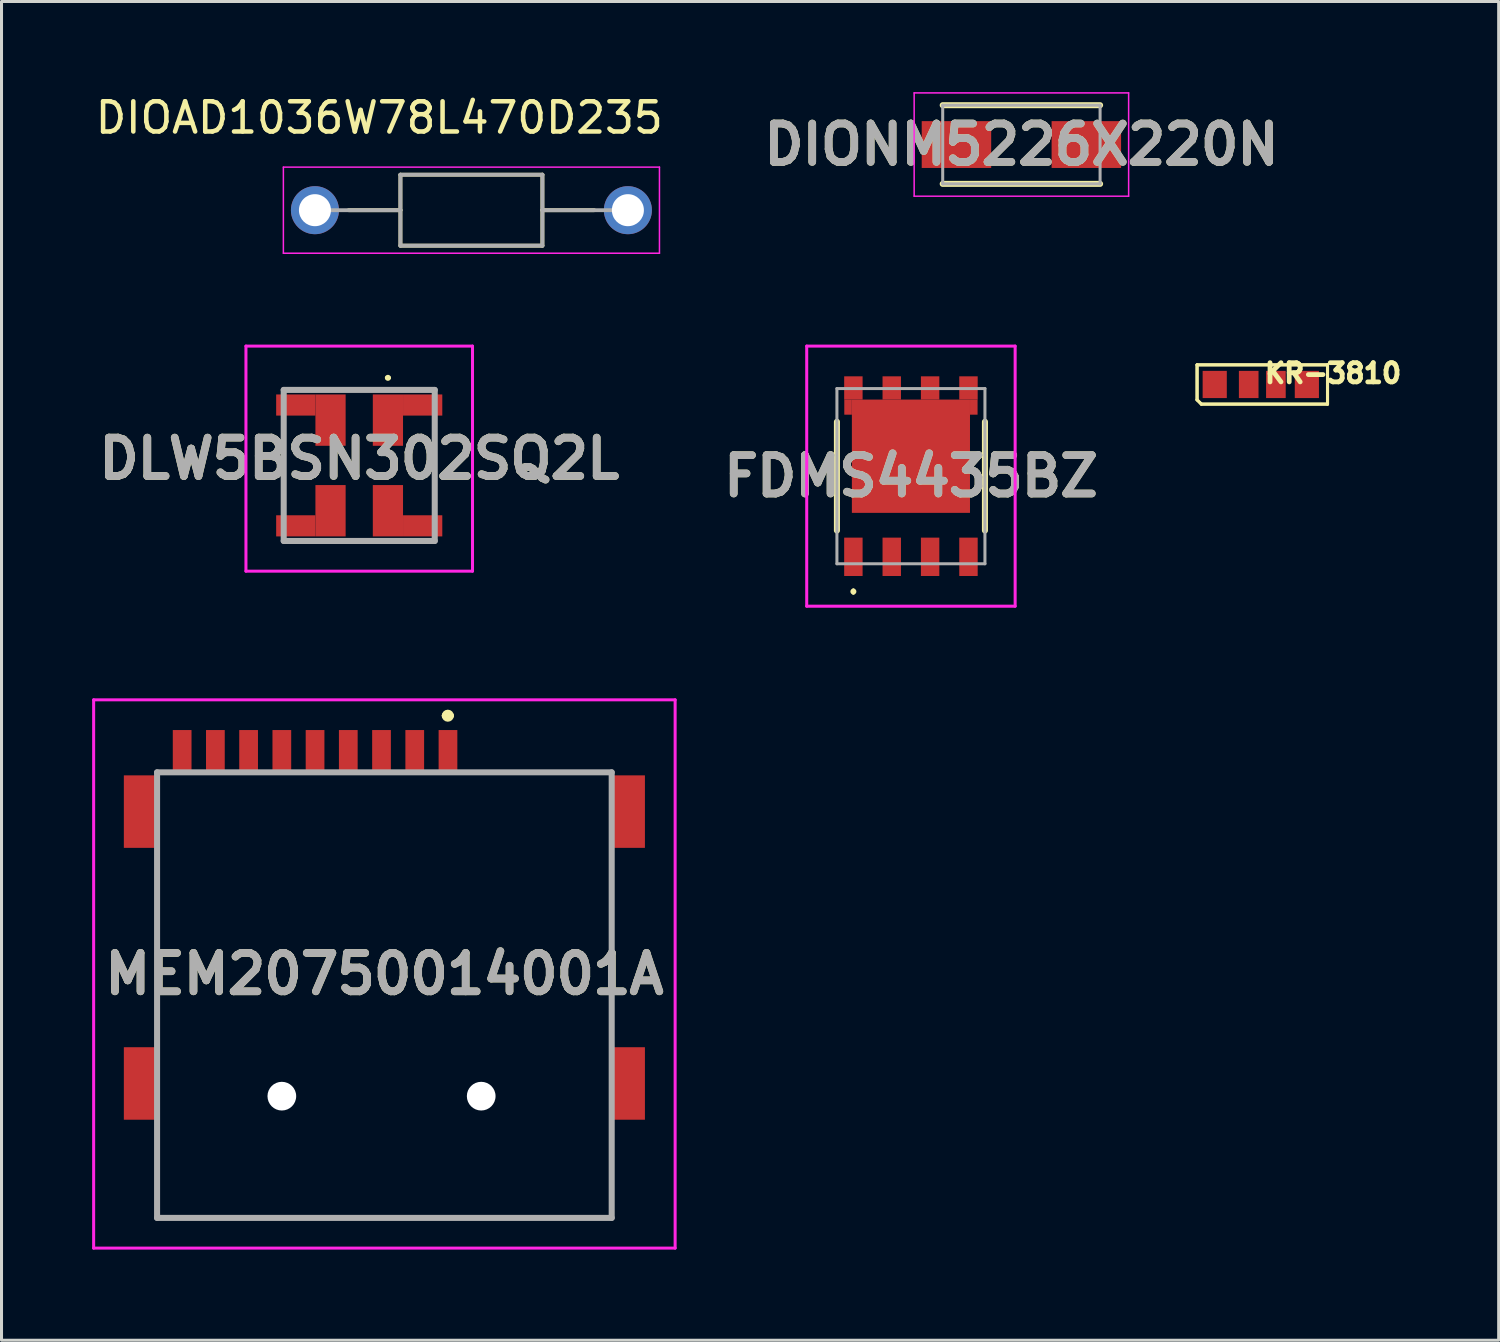
<source format=kicad_pcb>
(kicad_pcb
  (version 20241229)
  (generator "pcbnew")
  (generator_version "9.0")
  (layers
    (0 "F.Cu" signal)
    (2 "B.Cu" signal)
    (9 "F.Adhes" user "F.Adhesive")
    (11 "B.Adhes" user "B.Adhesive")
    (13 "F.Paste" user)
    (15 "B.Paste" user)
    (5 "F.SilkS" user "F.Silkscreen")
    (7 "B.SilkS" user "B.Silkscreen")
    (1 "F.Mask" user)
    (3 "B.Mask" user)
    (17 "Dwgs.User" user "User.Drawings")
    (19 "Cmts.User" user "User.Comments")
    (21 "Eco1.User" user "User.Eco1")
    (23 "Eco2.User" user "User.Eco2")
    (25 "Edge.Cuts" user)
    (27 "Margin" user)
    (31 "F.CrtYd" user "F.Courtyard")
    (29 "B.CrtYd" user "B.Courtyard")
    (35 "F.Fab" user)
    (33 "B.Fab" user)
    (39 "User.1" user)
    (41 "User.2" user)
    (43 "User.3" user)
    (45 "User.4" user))
  (footprint "MEM20750014001A"
    (layer "F.Cu")
    (at 9.675 29.543)
    (property "Reference" "MEM20750014001A" (at 0 -0.35 0) (layer "F.SilkS") (effects (font (size 1.27 1.27) (thickness 0.254))))
    (attr through_hole)
    (fp_line (start -7.525 -4.025) (end -7.525 1.4) (stroke (width 0.1) (type solid)) (layer "F.SilkS"))
    (fp_line (start -7.525 4.975) (end -7.525 7.725) (stroke (width 0.1) (type solid)) (layer "F.SilkS"))
    (fp_line (start -7.525 7.725) (end 7.525 7.725) (stroke (width 0.1) (type solid)) (layer "F.SilkS"))
    (fp_line (start 2 -8.9) (end 2 -8.9) (stroke (width 0.2) (type solid)) (layer "F.SilkS"))
    (fp_line (start 2.2 -8.9) (end 2.2 -8.9) (stroke (width 0.2) (type solid)) (layer "F.SilkS"))
    (fp_line (start 2.8 -7.025) (end 7 -7.025) (stroke (width 0.1) (type solid)) (layer "F.SilkS"))
    (fp_line (start 7.525 -4.025) (end 7.525 1.4) (stroke (width 0.1) (type solid)) (layer "F.SilkS"))
    (fp_line (start 7.525 7.725) (end 7.525 4.975) (stroke (width 0.1) (type solid)) (layer "F.SilkS"))
    (fp_arc (start 2 -8.9) (mid 2.1 -9) (end 2.2 -8.9) (stroke (width 0.2) (type solid)) (layer "F.SilkS"))
    (fp_arc (start 2.2 -8.9) (mid 2.1 -8.8) (end 2 -8.9) (stroke (width 0.2) (type solid)) (layer "F.SilkS"))
    (fp_line (start -9.625 -9.425) (end 9.625 -9.425) (stroke (width 0.1) (type solid)) (layer "F.CrtYd"))
    (fp_line (start -9.625 8.725) (end -9.625 -9.425) (stroke (width 0.1) (type solid)) (layer "F.CrtYd"))
    (fp_line (start 9.625 -9.425) (end 9.625 8.725) (stroke (width 0.1) (type solid)) (layer "F.CrtYd"))
    (fp_line (start 9.625 8.725) (end -9.625 8.725) (stroke (width 0.1) (type solid)) (layer "F.CrtYd"))
    (fp_line (start -7.525 -7.025) (end 7.525 -7.025) (stroke (width 0.2) (type solid)) (layer "F.Fab"))
    (fp_line (start -7.525 7.725) (end -7.525 -7.025) (stroke (width 0.2) (type solid)) (layer "F.Fab"))
    (fp_line (start 7.525 -7.025) (end 7.525 7.725) (stroke (width 0.2) (type solid)) (layer "F.Fab"))
    (fp_line (start 7.525 7.725) (end -7.525 7.725) (stroke (width 0.2) (type solid)) (layer "F.Fab"))
    (fp_text user "${REFERENCE}" (at 0 -0.35 0) (layer "F.Fab") (effects (font (size 1.27 1.27) (thickness 0.254))))
    (pad "" np_thru_hole circle (at -3.395 3.695) (size 0.95 0.95) (drill 0.95) (layers "*.Cu" "*.Mask"))
    (pad "" np_thru_hole circle (at 3.205 3.695) (size 0.95 0.95) (drill 0.95) (layers "*.Cu" "*.Mask"))
    (pad "MP1" smd rect (at -8.075 -5.725) (size 1.1 2.4) (layers "F.Cu" "F.Mask" "F.Paste"))
    (pad "MP2" smd rect (at -8.075 3.275) (size 1.1 2.4) (layers "F.Cu" "F.Mask" "F.Paste"))
    (pad "MP3" smd rect (at 8.075 3.275) (size 1.1 2.4) (layers "F.Cu" "F.Mask" "F.Paste"))
    (pad "MP4" smd rect (at 8.075 -5.725) (size 1.1 2.4) (layers "F.Cu" "F.Mask" "F.Paste"))
    (pad "P1" smd rect (at 2.105 -7.725) (size 0.62 1.4) (layers "F.Cu" "F.Mask" "F.Paste"))
    (pad "P2" smd rect (at 1.005 -7.725) (size 0.62 1.4) (layers "F.Cu" "F.Mask" "F.Paste"))
    (pad "P3" smd rect (at -0.095 -7.725) (size 0.62 1.4) (layers "F.Cu" "F.Mask" "F.Paste"))
    (pad "P4" smd rect (at -1.195 -7.725) (size 0.62 1.4) (layers "F.Cu" "F.Mask" "F.Paste"))
    (pad "P5" smd rect (at -2.295 -7.725) (size 0.62 1.4) (layers "F.Cu" "F.Mask" "F.Paste"))
    (pad "P6" smd rect (at -3.395 -7.725) (size 0.62 1.4) (layers "F.Cu" "F.Mask" "F.Paste"))
    (pad "P7" smd rect (at -4.495 -7.725) (size 0.62 1.4) (layers "F.Cu" "F.Mask" "F.Paste"))
    (pad "P8" smd rect (at -5.595 -7.725) (size 0.62 1.4) (layers "F.Cu" "F.Mask" "F.Paste"))
    (pad "P9" smd rect (at -6.695 -7.725) (size 0.62 1.4) (layers "F.Cu" "F.Mask" "F.Paste")))
  (footprint "FDMS4435BZ"
    (layer "F.Cu")
    (at 27.106 12.713)
    (property "Reference" "FDMS4435BZ" (at 0 0 0) (layer "F.SilkS") (effects (font (size 1.27 1.27) (thickness 0.254))))
    (attr smd)
    (fp_line (start -2.45 -1.8) (end -2.45 1.8) (stroke (width 0.2) (type solid)) (layer "F.SilkS"))
    (fp_line (start -1.905 3.77) (end -1.905 3.77) (stroke (width 0.1) (type solid)) (layer "F.SilkS"))
    (fp_line (start -1.905 3.87) (end -1.905 3.87) (stroke (width 0.1) (type solid)) (layer "F.SilkS"))
    (fp_line (start 2.45 -1.8) (end 2.45 1.8) (stroke (width 0.2) (type solid)) (layer "F.SilkS"))
    (fp_arc (start -1.905 3.77) (mid -1.855 3.82) (end -1.905 3.87) (stroke (width 0.1) (type solid)) (layer "F.SilkS"))
    (fp_arc (start -1.905 3.87) (mid -1.955 3.82) (end -1.905 3.77) (stroke (width 0.1) (type solid)) (layer "F.SilkS"))
    (fp_line (start -3.45 -4.305) (end 3.45 -4.305) (stroke (width 0.1) (type solid)) (layer "F.CrtYd"))
    (fp_line (start -3.45 4.305) (end -3.45 -4.305) (stroke (width 0.1) (type solid)) (layer "F.CrtYd"))
    (fp_line (start 3.45 -4.305) (end 3.45 4.305) (stroke (width 0.1) (type solid)) (layer "F.CrtYd"))
    (fp_line (start 3.45 4.305) (end -3.45 4.305) (stroke (width 0.1) (type solid)) (layer "F.CrtYd"))
    (fp_line (start -2.45 -2.9) (end 2.45 -2.9) (stroke (width 0.1) (type solid)) (layer "F.Fab"))
    (fp_line (start -2.45 2.9) (end -2.45 -2.9) (stroke (width 0.1) (type solid)) (layer "F.Fab"))
    (fp_line (start 2.45 -2.9) (end 2.45 2.9) (stroke (width 0.1) (type solid)) (layer "F.Fab"))
    (fp_line (start 2.45 2.9) (end -2.45 2.9) (stroke (width 0.1) (type solid)) (layer "F.Fab"))
    (fp_text user "${REFERENCE}" (at 0 0 0) (layer "F.Fab") (effects (font (size 1.27 1.27) (thickness 0.254))))
    (pad "1" smd rect (at -1.905 2.67) (size 0.61 1.27) (layers "F.Cu" "F.Mask" "F.Paste"))
    (pad "2" smd rect (at -0.635 2.67) (size 0.61 1.27) (layers "F.Cu" "F.Mask" "F.Paste"))
    (pad "3" smd rect (at 0.635 2.67) (size 0.61 1.27) (layers "F.Cu" "F.Mask" "F.Paste"))
    (pad "4" smd rect (at 1.905 2.67) (size 0.61 1.27) (layers "F.Cu" "F.Mask" "F.Paste"))
    (pad "5" smd rect (at 1.905 -2.92) (size 0.61 0.77) (layers "F.Cu" "F.Mask" "F.Paste"))
    (pad "6" smd rect (at 0.635 -2.92) (size 0.61 0.77) (layers "F.Cu" "F.Mask" "F.Paste"))
    (pad "7" smd rect (at -0.635 -2.92) (size 0.61 0.77) (layers "F.Cu" "F.Mask" "F.Paste"))
    (pad "8" smd rect (at -1.905 -2.92) (size 0.61 0.77) (layers "F.Cu" "F.Mask" "F.Paste"))
    (pad "9" smd rect (at 0 -0.66 90) (size 3.75 3.91) (layers "F.Cu" "F.Mask" "F.Paste"))
    (pad "10" smd rect (at -2.081 -2.285) (size 0.25 0.5) (layers "F.Cu" "F.Mask" "F.Paste"))
    (pad "11" smd rect (at 2.081 -2.285) (size 0.25 0.5) (layers "F.Cu" "F.Mask" "F.Paste")))
  (footprint "KR-3810"
    (layer "F.Cu")
    (at 38.738 9.678)
    (property "Reference" "KR-3810" (at 0 0 0) (unlocked yes) (layer "F.SilkS") (effects (font (size 0.635 0.635) (thickness 0.254)) (justify left bottom)))
    (fp_line (start -2.159 -0.65) (end 2.159 -0.65) (stroke (width 0.1) (type solid)) (layer "F.SilkS"))
    (fp_line (start -2.159 -0.65) (end 2.159 -0.65) (stroke (width 0.102) (type solid)) (layer "F.SilkS"))
    (fp_line (start -2.159 0.508) (end -2.159 -0.65) (stroke (width 0.1) (type solid)) (layer "F.SilkS"))
    (fp_line (start -2.159 0.508) (end -2.159 -0.65) (stroke (width 0.102) (type solid)) (layer "F.SilkS"))
    (fp_line (start -2.159 0.508) (end -2.017 0.65) (stroke (width 0.1) (type solid)) (layer "F.SilkS"))
    (fp_line (start -2.159 0.508) (end -2.017 0.65) (stroke (width 0.102) (type solid)) (layer "F.SilkS"))
    (fp_line (start -2.017 0.65) (end 2.159 0.65) (stroke (width 0.1) (type solid)) (layer "F.SilkS"))
    (fp_line (start -2.017 0.65) (end 2.159 0.65) (stroke (width 0.102) (type solid)) (layer "F.SilkS"))
    (fp_line (start 2.159 0.65) (end 2.159 -0.65) (stroke (width 0.1) (type solid)) (layer "F.SilkS"))
    (fp_line (start 2.159 0.65) (end 2.159 -0.65) (stroke (width 0.102) (type solid)) (layer "F.SilkS"))
    (fp_line (start -1.27 0) (end 1.27 0) (stroke (width 0.1) (type solid)) (layer "Eco1.User"))
    (fp_line (start 0 1.27) (end 0 -1.27) (stroke (width 0.1) (type solid)) (layer "Eco1.User"))
    (pad "1" smd rect (at -1.575 0 90) (size 0.9 0.8) (layers "F.Cu" "F.Paste"))
    (pad "2" smd rect (at -0.45 0 90) (size 0.9 0.65) (layers "F.Cu" "F.Paste"))
    (pad "3" smd rect (at 0.45 0 90) (size 0.9 0.65) (layers "F.Cu" "F.Paste"))
    (pad "4" smd rect (at 1.475 0 90) (size 0.9 0.8) (layers "F.Cu" "F.Paste")))
  (footprint "DLW5BSN302SQ2L"
    (layer "F.Cu")
    (at 8.842 12.133)
    (property "Reference" "DLW5BSN302SQ2L" (at 0 0 0) (layer "F.SilkS") (effects (font (size 1.27 1.27) (thickness 0.254))))
    (attr smd)
    (fp_line (start -2.5 -2.275) (end 2.5 -2.275) (stroke (width 0.1) (type solid)) (layer "F.SilkS"))
    (fp_line (start -2.5 -1.275) (end -2.5 1.725) (stroke (width 0.1) (type solid)) (layer "F.SilkS"))
    (fp_line (start -2.5 2.725) (end 2.5 2.725) (stroke (width 0.1) (type solid)) (layer "F.SilkS"))
    (fp_line (start 0.9 -2.675) (end 0.9 -2.675) (stroke (width 0.1) (type solid)) (layer "F.SilkS"))
    (fp_line (start 1 -2.675) (end 1 -2.675) (stroke (width 0.1) (type solid)) (layer "F.SilkS"))
    (fp_line (start 2.5 -1.275) (end 2.5 1.725) (stroke (width 0.1) (type solid)) (layer "F.SilkS"))
    (fp_arc (start 0.9 -2.675) (mid 0.95 -2.725) (end 1 -2.675) (stroke (width 0.1) (type solid)) (layer "F.SilkS"))
    (fp_arc (start 1 -2.675) (mid 0.95 -2.625) (end 0.9 -2.675) (stroke (width 0.1) (type solid)) (layer "F.SilkS"))
    (fp_line (start -3.75 -3.725) (end 3.75 -3.725) (stroke (width 0.1) (type solid)) (layer "F.CrtYd"))
    (fp_line (start -3.75 3.725) (end -3.75 -3.725) (stroke (width 0.1) (type solid)) (layer "F.CrtYd"))
    (fp_line (start 3.75 -3.725) (end 3.75 3.725) (stroke (width 0.1) (type solid)) (layer "F.CrtYd"))
    (fp_line (start 3.75 3.725) (end -3.75 3.725) (stroke (width 0.1) (type solid)) (layer "F.CrtYd"))
    (fp_line (start -2.5 -2.275) (end 2.5 -2.275) (stroke (width 0.2) (type solid)) (layer "F.Fab"))
    (fp_line (start -2.5 2.725) (end -2.5 -2.275) (stroke (width 0.2) (type solid)) (layer "F.Fab"))
    (fp_line (start 2.5 -2.275) (end 2.5 2.725) (stroke (width 0.2) (type solid)) (layer "F.Fab"))
    (fp_line (start 2.5 2.725) (end -2.5 2.725) (stroke (width 0.2) (type solid)) (layer "F.Fab"))
    (fp_text user "${REFERENCE}" (at 0 0 0) (layer "F.Fab") (effects (font (size 1.27 1.27) (thickness 0.254))))
    (pad "1" smd rect (at 0.95 -1.275) (size 1 1.7) (layers "F.Cu" "F.Mask" "F.Paste"))
    (pad "2" smd rect (at -0.95 -1.275) (size 1 1.7) (layers "F.Cu" "F.Mask" "F.Paste"))
    (pad "3" smd rect (at -0.95 1.725) (size 1 1.7) (layers "F.Cu" "F.Mask" "F.Paste"))
    (pad "4" smd rect (at 0.95 1.725) (size 1 1.7) (layers "F.Cu" "F.Mask" "F.Paste"))
    (pad "5" smd rect (at 2.1 -1.775 90) (size 0.7 1.3) (layers "F.Cu" "F.Mask" "F.Paste"))
    (pad "6" smd rect (at -2.1 -1.775 90) (size 0.7 1.3) (layers "F.Cu" "F.Mask" "F.Paste"))
    (pad "7" smd rect (at -2.1 2.225 90) (size 0.7 1.3) (layers "F.Cu" "F.Mask" "F.Paste"))
    (pad "8" smd rect (at 2.1 2.225 90) (size 0.7 1.3) (layers "F.Cu" "F.Mask" "F.Paste")))
  (footprint "DIONM5226X220N"
    (layer "F.Cu")
    (at 30.763 1.735)
    (property "Reference" "DIONM5226X220N" (at 0 0 0) (layer "F.SilkS") (effects (font (size 1.27 1.27) (thickness 0.254))))
    (attr smd)
    (fp_line (start -2.605 1.302) (end 2.605 1.302) (stroke (width 0.2) (type solid)) (layer "F.SilkS"))
    (fp_line (start 2.605 -1.302) (end -2.605 -1.302) (stroke (width 0.2) (type solid)) (layer "F.SilkS"))
    (fp_line (start -3.55 -1.71) (end 3.55 -1.71) (stroke (width 0.05) (type solid)) (layer "F.CrtYd"))
    (fp_line (start -3.55 1.71) (end -3.55 -1.71) (stroke (width 0.05) (type solid)) (layer "F.CrtYd"))
    (fp_line (start 3.55 -1.71) (end 3.55 1.71) (stroke (width 0.05) (type solid)) (layer "F.CrtYd"))
    (fp_line (start 3.55 1.71) (end -3.55 1.71) (stroke (width 0.05) (type solid)) (layer "F.CrtYd"))
    (fp_line (start -2.605 -1.302) (end 2.605 -1.302) (stroke (width 0.1) (type solid)) (layer "F.Fab"))
    (fp_line (start -2.605 1.302) (end -2.605 -1.302) (stroke (width 0.1) (type solid)) (layer "F.Fab"))
    (fp_line (start 2.605 -1.302) (end 2.605 1.302) (stroke (width 0.1) (type solid)) (layer "F.Fab"))
    (fp_line (start 2.605 1.302) (end -2.605 1.302) (stroke (width 0.1) (type solid)) (layer "F.Fab"))
    (fp_text user "${REFERENCE}" (at 0 0 0) (layer "F.Fab") (effects (font (size 1.27 1.27) (thickness 0.254))))
    (pad "1" smd rect (at -2.15 0 90) (size 1.55 2.3) (layers "F.Cu" "F.Mask" "F.Paste"))
    (pad "2" smd rect (at 2.15 0 90) (size 1.55 2.3) (layers "F.Cu" "F.Mask" "F.Paste")))
  (footprint "DIOAD1036W78L470D235"
    (layer "F.Cu")
    (at 12.556 3.908)
    (property "Reference" "DIOAD1036W78L470D235" (at -3.05 -3.06 0) (layer "F.SilkS") (effects (font (size 1 1) (thickness 0.15))))
    (attr through_hole)
    (fp_line (start -2.35 -1.175) (end -2.35 0) (stroke (width 0.127) (type solid)) (layer "F.SilkS"))
    (fp_line (start -2.35 0) (end -4.065 0) (stroke (width 0.127) (type solid)) (layer "F.SilkS"))
    (fp_line (start -2.35 0) (end -2.35 1.175) (stroke (width 0.127) (type solid)) (layer "F.SilkS"))
    (fp_line (start -2.35 1.175) (end 2.35 1.175) (stroke (width 0.127) (type solid)) (layer "F.SilkS"))
    (fp_line (start 2.35 -1.175) (end -2.35 -1.175) (stroke (width 0.127) (type solid)) (layer "F.SilkS"))
    (fp_line (start 2.35 0) (end 2.35 -1.175) (stroke (width 0.127) (type solid)) (layer "F.SilkS"))
    (fp_line (start 2.35 0) (end 4.065 0) (stroke (width 0.127) (type solid)) (layer "F.SilkS"))
    (fp_line (start 2.35 1.175) (end 2.35 0) (stroke (width 0.127) (type solid)) (layer "F.SilkS"))
    (fp_line (start -6.225 -1.425) (end -6.225 1.425) (stroke (width 0.05) (type solid)) (layer "F.CrtYd"))
    (fp_line (start -6.225 1.425) (end 6.225 1.425) (stroke (width 0.05) (type solid)) (layer "F.CrtYd"))
    (fp_line (start 6.225 -1.425) (end -6.225 -1.425) (stroke (width 0.05) (type solid)) (layer "F.CrtYd"))
    (fp_line (start 6.225 1.425) (end 6.225 -1.425) (stroke (width 0.05) (type solid)) (layer "F.CrtYd"))
    (fp_line (start -2.35 -1.175) (end -2.35 0) (stroke (width 0.127) (type solid)) (layer "F.Fab"))
    (fp_line (start -2.35 0) (end -5.18 0) (stroke (width 0.127) (type solid)) (layer "F.Fab"))
    (fp_line (start -2.35 0) (end -2.35 1.175) (stroke (width 0.127) (type solid)) (layer "F.Fab"))
    (fp_line (start -2.35 1.175) (end 2.35 1.175) (stroke (width 0.127) (type solid)) (layer "F.Fab"))
    (fp_line (start 2.35 -1.175) (end -2.35 -1.175) (stroke (width 0.127) (type solid)) (layer "F.Fab"))
    (fp_line (start 2.35 0) (end 2.35 -1.175) (stroke (width 0.127) (type solid)) (layer "F.Fab"))
    (fp_line (start 2.35 0) (end 5.18 0) (stroke (width 0.127) (type solid)) (layer "F.Fab"))
    (fp_line (start 2.35 1.175) (end 2.35 0) (stroke (width 0.127) (type solid)) (layer "F.Fab"))
    (pad "1" thru_hole circle (at -5.18 0) (size 1.59 1.59) (drill 1.06) (layers "*.Cu" "*.Mask"))
    (pad "2" thru_hole circle (at 5.18 0) (size 1.59 1.59) (drill 1.06) (layers "*.Cu" "*.Mask")))
  (gr_rect
    (start -3 -3)
    (end 46.563 41.318)
    (stroke (width 0.1) (type default))
    (fill no)
    (layer "Edge.Cuts")))
</source>
